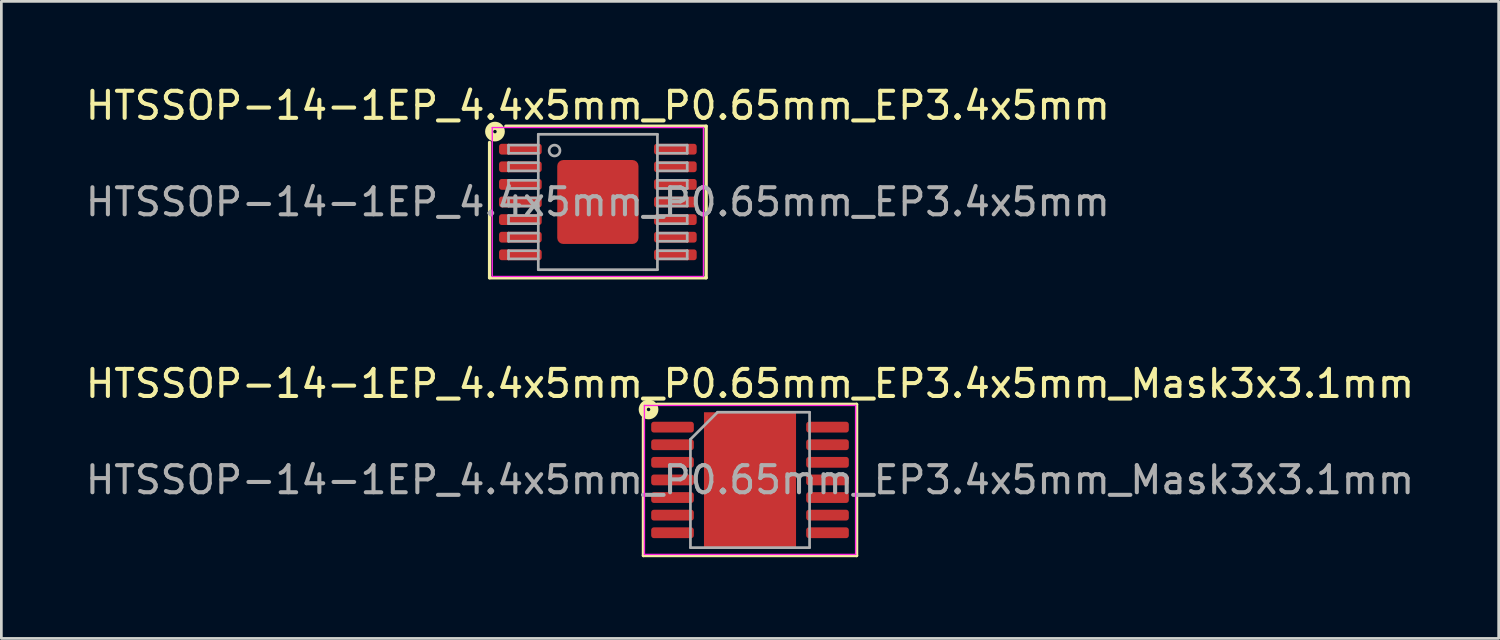
<source format=kicad_pcb>
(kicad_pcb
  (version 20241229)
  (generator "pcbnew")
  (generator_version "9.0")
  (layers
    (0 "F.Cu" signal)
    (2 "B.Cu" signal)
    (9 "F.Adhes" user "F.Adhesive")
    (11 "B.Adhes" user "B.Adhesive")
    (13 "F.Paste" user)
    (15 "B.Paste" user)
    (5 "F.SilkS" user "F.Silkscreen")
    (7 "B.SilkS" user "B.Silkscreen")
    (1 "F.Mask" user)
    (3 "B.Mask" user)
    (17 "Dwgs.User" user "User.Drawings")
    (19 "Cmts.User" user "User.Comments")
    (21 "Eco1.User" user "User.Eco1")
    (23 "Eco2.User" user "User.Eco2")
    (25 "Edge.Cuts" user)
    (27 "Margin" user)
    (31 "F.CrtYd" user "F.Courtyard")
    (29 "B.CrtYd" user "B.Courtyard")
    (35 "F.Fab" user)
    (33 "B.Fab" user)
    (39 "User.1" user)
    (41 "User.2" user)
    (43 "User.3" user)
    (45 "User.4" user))
  (footprint "HTSSOP-14-1EP_4.4x5mm_P0.65mm_EP3.4x5mm_Mask3x3.1mm"
    (layer "F.Cu")
    (at 24.649 14.675)
    (property "Reference" "HTSSOP-14-1EP_4.4x5mm_P0.65mm_EP3.4x5mm_Mask3x3.1mm" (at 0 -3.556 0) (layer "F.SilkS") (effects (font (size 1 1) (thickness 0.15))))
    (attr smd)
    (fp_line (start -3.937 -2.286) (end -3.937 2.794) (stroke (width 0.12) (type solid)) (layer "F.SilkS"))
    (fp_line (start -3.937 2.794) (end 3.937 2.794) (stroke (width 0.12) (type solid)) (layer "F.SilkS"))
    (fp_line (start 3.937 -2.794) (end -3.429 -2.794) (stroke (width 0.12) (type solid)) (layer "F.SilkS"))
    (fp_line (start 3.937 2.794) (end 3.937 -2.794) (stroke (width 0.12) (type solid)) (layer "F.SilkS"))
    (fp_circle (center -3.747 -2.603) (end -3.683 -2.603) (stroke (width 0.3) (type solid)) (fill no) (layer "F.SilkS"))
    (fp_line (start -3.9 -2.75) (end -3.9 2.75) (stroke (width 0.05) (type solid)) (layer "F.CrtYd"))
    (fp_line (start -3.9 2.75) (end 3.9 2.75) (stroke (width 0.05) (type solid)) (layer "F.CrtYd"))
    (fp_line (start 3.9 -2.75) (end -3.9 -2.75) (stroke (width 0.05) (type solid)) (layer "F.CrtYd"))
    (fp_line (start 3.9 2.75) (end 3.9 -2.75) (stroke (width 0.05) (type solid)) (layer "F.CrtYd"))
    (fp_line (start -2.2 -1.5) (end -1.2 -2.5) (stroke (width 0.1) (type solid)) (layer "F.Fab"))
    (fp_line (start -2.2 2.5) (end -2.2 -1.5) (stroke (width 0.1) (type solid)) (layer "F.Fab"))
    (fp_line (start -1.2 -2.5) (end 2.2 -2.5) (stroke (width 0.1) (type solid)) (layer "F.Fab"))
    (fp_line (start 2.2 -2.5) (end 2.2 2.5) (stroke (width 0.1) (type solid)) (layer "F.Fab"))
    (fp_line (start 2.2 2.5) (end -2.2 2.5) (stroke (width 0.1) (type solid)) (layer "F.Fab"))
    (fp_text user "${REFERENCE}" (at 0 0 0) (layer "F.Fab") (effects (font (size 1 1) (thickness 0.15))))
    (pad "" smd roundrect (at -0.75 -0.775) (size 1.21 1.25) (layers "F.Paste") (roundrect_rratio 0.207))
    (pad "" smd roundrect (at -0.75 0.775) (size 1.21 1.25) (layers "F.Paste") (roundrect_rratio 0.207))
    (pad "" smd rect (at 0 0) (size 3 3.1) (layers "F.Mask"))
    (pad "" smd roundrect (at 0.75 -0.775) (size 1.21 1.25) (layers "F.Paste") (roundrect_rratio 0.207))
    (pad "" smd roundrect (at 0.75 0.775) (size 1.21 1.25) (layers "F.Paste") (roundrect_rratio 0.207))
    (pad "1" smd roundrect (at -2.862 -1.95) (size 1.575 0.4) (layers "F.Cu" "F.Mask" "F.Paste") (roundrect_rratio 0.25))
    (pad "2" smd roundrect (at -2.862 -1.3) (size 1.575 0.4) (layers "F.Cu" "F.Mask" "F.Paste") (roundrect_rratio 0.25))
    (pad "3" smd roundrect (at -2.862 -0.65) (size 1.575 0.4) (layers "F.Cu" "F.Mask" "F.Paste") (roundrect_rratio 0.25))
    (pad "4" smd roundrect (at -2.862 0) (size 1.575 0.4) (layers "F.Cu" "F.Mask" "F.Paste") (roundrect_rratio 0.25))
    (pad "5" smd roundrect (at -2.862 0.65) (size 1.575 0.4) (layers "F.Cu" "F.Mask" "F.Paste") (roundrect_rratio 0.25))
    (pad "6" smd roundrect (at -2.862 1.3) (size 1.575 0.4) (layers "F.Cu" "F.Mask" "F.Paste") (roundrect_rratio 0.25))
    (pad "7" smd roundrect (at -2.862 1.95) (size 1.575 0.4) (layers "F.Cu" "F.Mask" "F.Paste") (roundrect_rratio 0.25))
    (pad "8" smd roundrect (at 2.862 1.95) (size 1.575 0.4) (layers "F.Cu" "F.Mask" "F.Paste") (roundrect_rratio 0.25))
    (pad "9" smd roundrect (at 2.862 1.3) (size 1.575 0.4) (layers "F.Cu" "F.Mask" "F.Paste") (roundrect_rratio 0.25))
    (pad "10" smd roundrect (at 2.862 0.65) (size 1.575 0.4) (layers "F.Cu" "F.Mask" "F.Paste") (roundrect_rratio 0.25))
    (pad "11" smd roundrect (at 2.862 0) (size 1.575 0.4) (layers "F.Cu" "F.Mask" "F.Paste") (roundrect_rratio 0.25))
    (pad "12" smd roundrect (at 2.862 -0.65) (size 1.575 0.4) (layers "F.Cu" "F.Mask" "F.Paste") (roundrect_rratio 0.25))
    (pad "13" smd roundrect (at 2.862 -1.3) (size 1.575 0.4) (layers "F.Cu" "F.Mask" "F.Paste") (roundrect_rratio 0.25))
    (pad "14" smd roundrect (at 2.862 -1.95) (size 1.575 0.4) (layers "F.Cu" "F.Mask" "F.Paste") (roundrect_rratio 0.25))
    (pad "15" smd rect (at 0 0) (size 3.4 5) (layers "F.Cu")))
  (footprint "HTSSOP-14-1EP_4.4x5mm_P0.65mm_EP3.4x5mm"
    (layer "F.Cu")
    (at 19.03 4.41)
    (property "Reference" "HTSSOP-14-1EP_4.4x5mm_P0.65mm_EP3.4x5mm" (at 0 -3.562 0) (layer "F.SilkS") (effects (font (size 1 1) (thickness 0.15))))
    (attr smd)
    (fp_line (start -4 -2.2) (end -4 2.8) (stroke (width 0.12) (type solid)) (layer "F.SilkS"))
    (fp_line (start -4 2.8) (end 4 2.8) (stroke (width 0.12) (type solid)) (layer "F.SilkS"))
    (fp_line (start 4 -2.8) (end -3.4 -2.8) (stroke (width 0.12) (type solid)) (layer "F.SilkS"))
    (fp_line (start 4 2.8) (end 4 -2.8) (stroke (width 0.12) (type solid)) (layer "F.SilkS"))
    (fp_circle (center -3.8 -2.6) (end -3.736 -2.6) (stroke (width 0.3) (type solid)) (fill no) (layer "F.SilkS"))
    (fp_line (start -3.9 -2.75) (end -3.9 2.75) (stroke (width 0.05) (type solid)) (layer "F.CrtYd"))
    (fp_line (start -3.9 2.75) (end 3.9 2.75) (stroke (width 0.05) (type solid)) (layer "F.CrtYd"))
    (fp_line (start 3.9 -2.75) (end -3.9 -2.75) (stroke (width 0.05) (type solid)) (layer "F.CrtYd"))
    (fp_line (start 3.9 2.75) (end 3.9 -2.75) (stroke (width 0.05) (type solid)) (layer "F.CrtYd"))
    (fp_line (start -3.3 -2.1) (end -3.3 -1.8) (stroke (width 0.1) (type solid)) (layer "F.Fab"))
    (fp_line (start -3.3 -2.1) (end -2.2 -2.1) (stroke (width 0.1) (type solid)) (layer "F.Fab"))
    (fp_line (start -3.3 -1.8) (end -2.2 -1.8) (stroke (width 0.1) (type solid)) (layer "F.Fab"))
    (fp_line (start -3.3 -1.45) (end -3.3 -1.15) (stroke (width 0.1) (type solid)) (layer "F.Fab"))
    (fp_line (start -3.3 -1.45) (end -2.2 -1.45) (stroke (width 0.1) (type solid)) (layer "F.Fab"))
    (fp_line (start -3.3 -1.15) (end -2.2 -1.15) (stroke (width 0.1) (type solid)) (layer "F.Fab"))
    (fp_line (start -3.3 -0.8) (end -3.3 -0.5) (stroke (width 0.1) (type solid)) (layer "F.Fab"))
    (fp_line (start -3.3 -0.8) (end -2.2 -0.8) (stroke (width 0.1) (type solid)) (layer "F.Fab"))
    (fp_line (start -3.3 -0.5) (end -2.2 -0.5) (stroke (width 0.1) (type solid)) (layer "F.Fab"))
    (fp_line (start -3.3 -0.15) (end -3.3 0.15) (stroke (width 0.1) (type solid)) (layer "F.Fab"))
    (fp_line (start -3.3 -0.15) (end -2.2 -0.15) (stroke (width 0.1) (type solid)) (layer "F.Fab"))
    (fp_line (start -3.3 0.15) (end -2.2 0.15) (stroke (width 0.1) (type solid)) (layer "F.Fab"))
    (fp_line (start -3.3 0.5) (end -3.3 0.8) (stroke (width 0.1) (type solid)) (layer "F.Fab"))
    (fp_line (start -3.3 0.5) (end -2.2 0.5) (stroke (width 0.1) (type solid)) (layer "F.Fab"))
    (fp_line (start -3.3 0.8) (end -2.2 0.8) (stroke (width 0.1) (type solid)) (layer "F.Fab"))
    (fp_line (start -3.3 1.15) (end -3.3 1.45) (stroke (width 0.1) (type solid)) (layer "F.Fab"))
    (fp_line (start -3.3 1.15) (end -2.2 1.15) (stroke (width 0.1) (type solid)) (layer "F.Fab"))
    (fp_line (start -3.3 1.45) (end -2.2 1.45) (stroke (width 0.1) (type solid)) (layer "F.Fab"))
    (fp_line (start -3.3 1.8) (end -3.3 2.1) (stroke (width 0.1) (type solid)) (layer "F.Fab"))
    (fp_line (start -3.3 1.8) (end -2.2 1.8) (stroke (width 0.1) (type solid)) (layer "F.Fab"))
    (fp_line (start -3.3 2.1) (end -2.2 2.1) (stroke (width 0.1) (type solid)) (layer "F.Fab"))
    (fp_line (start -2.2 -2.5) (end 2.2 -2.5) (stroke (width 0.1) (type solid)) (layer "F.Fab"))
    (fp_line (start -2.2 2.5) (end -2.2 -2.5) (stroke (width 0.1) (type solid)) (layer "F.Fab"))
    (fp_line (start 2.2 -2.5) (end 2.2 2.5) (stroke (width 0.1) (type solid)) (layer "F.Fab"))
    (fp_line (start 2.2 2.5) (end -2.2 2.5) (stroke (width 0.1) (type solid)) (layer "F.Fab"))
    (fp_line (start 3.3 -2.1) (end 2.2 -2.1) (stroke (width 0.1) (type solid)) (layer "F.Fab"))
    (fp_line (start 3.3 -1.8) (end 2.2 -1.8) (stroke (width 0.1) (type solid)) (layer "F.Fab"))
    (fp_line (start 3.3 -1.8) (end 3.3 -2.1) (stroke (width 0.1) (type solid)) (layer "F.Fab"))
    (fp_line (start 3.3 -1.45) (end 2.2 -1.45) (stroke (width 0.1) (type solid)) (layer "F.Fab"))
    (fp_line (start 3.3 -1.15) (end 2.2 -1.15) (stroke (width 0.1) (type solid)) (layer "F.Fab"))
    (fp_line (start 3.3 -1.15) (end 3.3 -1.45) (stroke (width 0.1) (type solid)) (layer "F.Fab"))
    (fp_line (start 3.3 -0.8) (end 2.2 -0.8) (stroke (width 0.1) (type solid)) (layer "F.Fab"))
    (fp_line (start 3.3 -0.5) (end 2.2 -0.5) (stroke (width 0.1) (type solid)) (layer "F.Fab"))
    (fp_line (start 3.3 -0.5) (end 3.3 -0.8) (stroke (width 0.1) (type solid)) (layer "F.Fab"))
    (fp_line (start 3.3 -0.15) (end 2.2 -0.15) (stroke (width 0.1) (type solid)) (layer "F.Fab"))
    (fp_line (start 3.3 0.15) (end 2.2 0.15) (stroke (width 0.1) (type solid)) (layer "F.Fab"))
    (fp_line (start 3.3 0.15) (end 3.3 -0.15) (stroke (width 0.1) (type solid)) (layer "F.Fab"))
    (fp_line (start 3.3 0.5) (end 2.2 0.5) (stroke (width 0.1) (type solid)) (layer "F.Fab"))
    (fp_line (start 3.3 0.8) (end 2.2 0.8) (stroke (width 0.1) (type solid)) (layer "F.Fab"))
    (fp_line (start 3.3 0.8) (end 3.3 0.5) (stroke (width 0.1) (type solid)) (layer "F.Fab"))
    (fp_line (start 3.3 1.15) (end 2.2 1.15) (stroke (width 0.1) (type solid)) (layer "F.Fab"))
    (fp_line (start 3.3 1.45) (end 2.2 1.45) (stroke (width 0.1) (type solid)) (layer "F.Fab"))
    (fp_line (start 3.3 1.45) (end 3.3 1.15) (stroke (width 0.1) (type solid)) (layer "F.Fab"))
    (fp_line (start 3.3 1.8) (end 2.2 1.8) (stroke (width 0.1) (type solid)) (layer "F.Fab"))
    (fp_line (start 3.3 2.1) (end 2.2 2.1) (stroke (width 0.1) (type solid)) (layer "F.Fab"))
    (fp_line (start 3.3 2.1) (end 3.3 1.8) (stroke (width 0.1) (type solid)) (layer "F.Fab"))
    (fp_circle (center -1.6 -1.9) (end -1.4 -1.9) (stroke (width 0.1) (type solid)) (fill no) (layer "F.Fab"))
    (fp_text user "${REFERENCE}" (at 0 0 0) (layer "F.Fab") (effects (font (size 1 1) (thickness 0.15))))
    (pad "" smd roundrect (at -0.75 -0.775) (size 1.21 1.25) (layers "F.Paste") (roundrect_rratio 0.207))
    (pad "" smd roundrect (at -0.75 0.775) (size 1.21 1.25) (layers "F.Paste") (roundrect_rratio 0.207))
    (pad "" smd roundrect (at 0.75 -0.775) (size 1.21 1.25) (layers "F.Paste") (roundrect_rratio 0.207))
    (pad "" smd roundrect (at 0.75 0.775) (size 1.21 1.25) (layers "F.Paste") (roundrect_rratio 0.207))
    (pad "1" smd roundrect (at -2.862 -1.95) (size 1.575 0.4) (layers "F.Cu" "F.Mask" "F.Paste") (roundrect_rratio 0.25))
    (pad "2" smd roundrect (at -2.862 -1.3) (size 1.575 0.4) (layers "F.Cu" "F.Mask" "F.Paste") (roundrect_rratio 0.25))
    (pad "3" smd roundrect (at -2.862 -0.65) (size 1.575 0.4) (layers "F.Cu" "F.Mask" "F.Paste") (roundrect_rratio 0.25))
    (pad "4" smd roundrect (at -2.862 0) (size 1.575 0.4) (layers "F.Cu" "F.Mask" "F.Paste") (roundrect_rratio 0.25))
    (pad "5" smd roundrect (at -2.862 0.65) (size 1.575 0.4) (layers "F.Cu" "F.Mask" "F.Paste") (roundrect_rratio 0.25))
    (pad "6" smd roundrect (at -2.862 1.3) (size 1.575 0.4) (layers "F.Cu" "F.Mask" "F.Paste") (roundrect_rratio 0.25))
    (pad "7" smd roundrect (at -2.862 1.95) (size 1.575 0.4) (layers "F.Cu" "F.Mask" "F.Paste") (roundrect_rratio 0.25))
    (pad "8" smd roundrect (at 2.862 1.95) (size 1.575 0.4) (layers "F.Cu" "F.Mask" "F.Paste") (roundrect_rratio 0.25))
    (pad "9" smd roundrect (at 2.862 1.3) (size 1.575 0.4) (layers "F.Cu" "F.Mask" "F.Paste") (roundrect_rratio 0.25))
    (pad "10" smd roundrect (at 2.862 0.65) (size 1.575 0.4) (layers "F.Cu" "F.Mask" "F.Paste") (roundrect_rratio 0.25))
    (pad "11" smd roundrect (at 2.862 0) (size 1.575 0.4) (layers "F.Cu" "F.Mask" "F.Paste") (roundrect_rratio 0.25))
    (pad "12" smd roundrect (at 2.862 -0.65) (size 1.575 0.4) (layers "F.Cu" "F.Mask" "F.Paste") (roundrect_rratio 0.25))
    (pad "13" smd roundrect (at 2.862 -1.3) (size 1.575 0.4) (layers "F.Cu" "F.Mask" "F.Paste") (roundrect_rratio 0.25))
    (pad "14" smd roundrect (at 2.862 -1.95) (size 1.575 0.4) (layers "F.Cu" "F.Mask" "F.Paste") (roundrect_rratio 0.25))
    (pad "15" smd roundrect (at 0 0) (size 3 3.1) (layers "F.Cu" "F.Mask") (roundrect_rratio 0.074)))
  (gr_rect
    (start -3 -3)
    (end 52.298 20.529)
    (stroke (width 0.1) (type default))
    (fill no)
    (layer "Edge.Cuts")))
</source>
